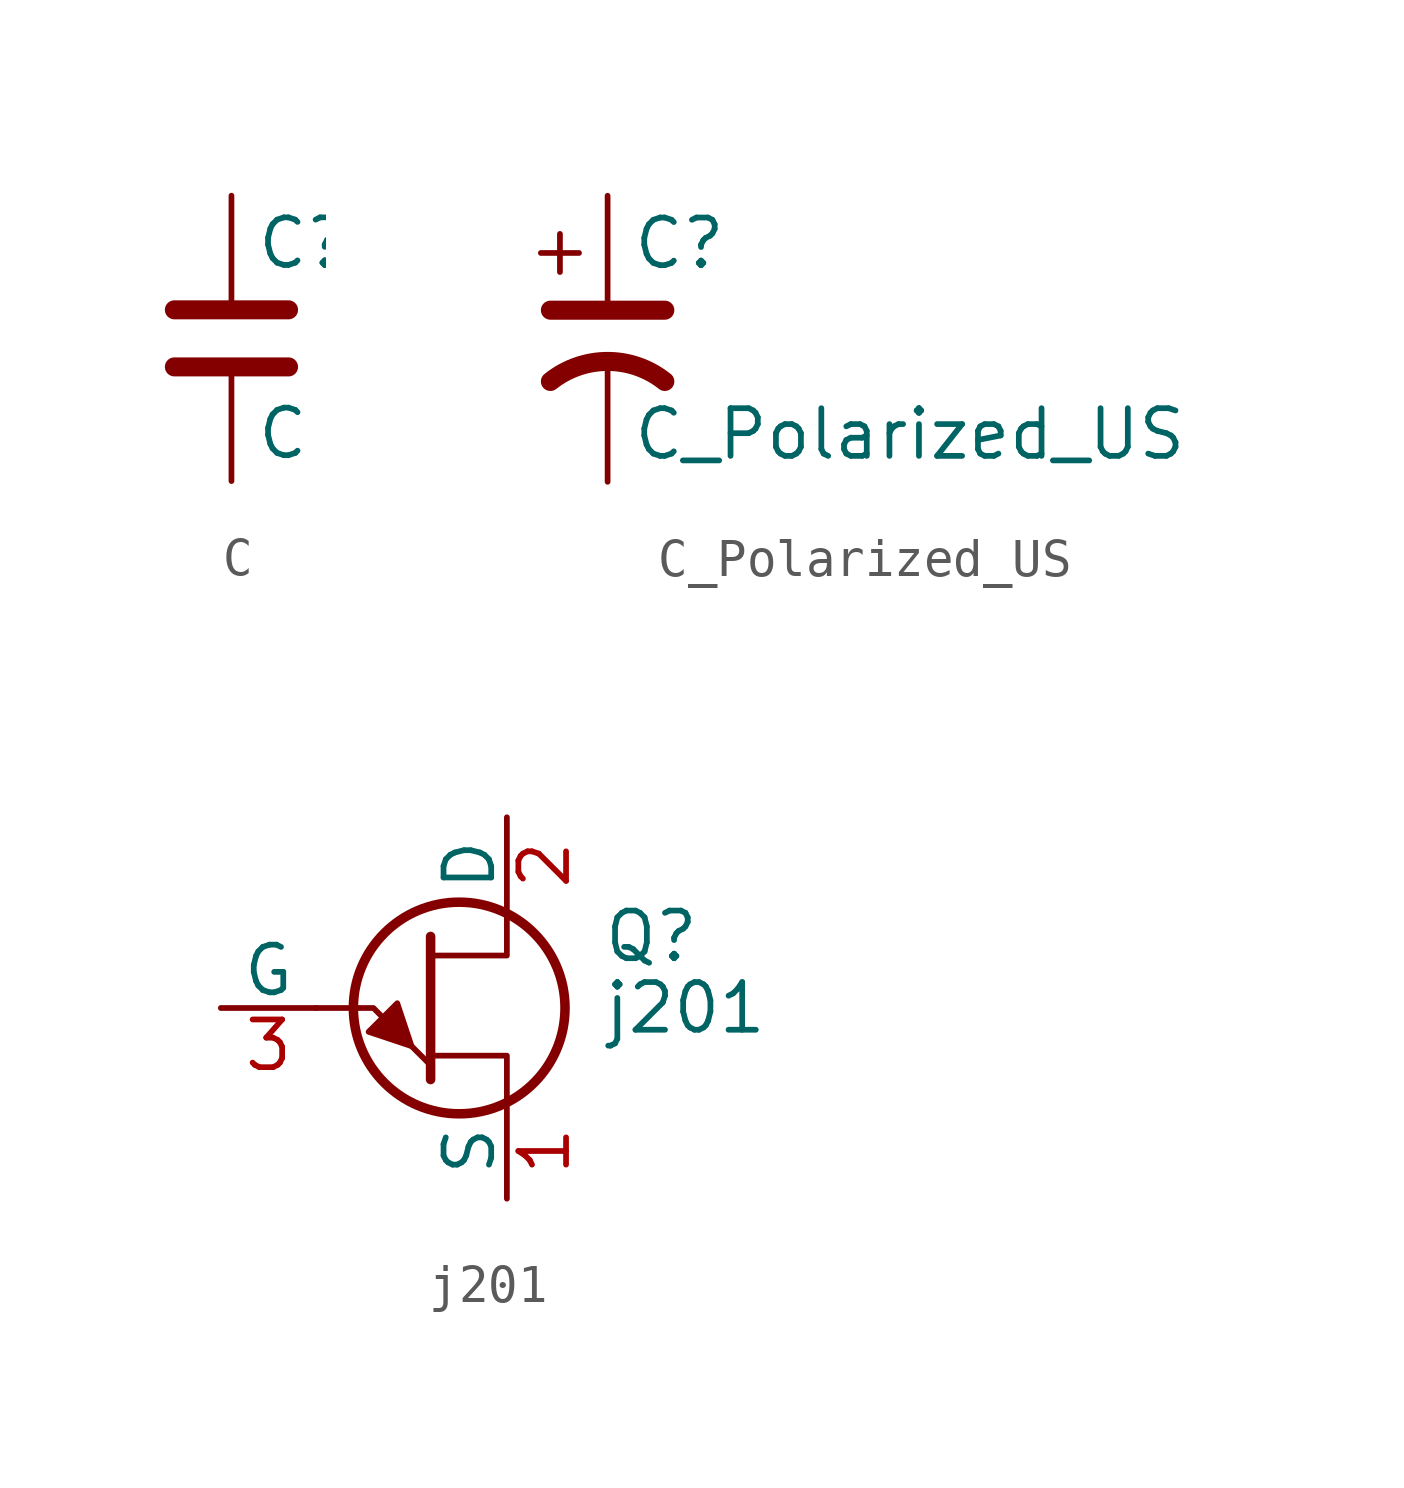
<source format=kicad_sym>
(kicad_symbol_lib
  (version 20220914)
  (generator kicad_symbol_editor)
  (symbol "C"
    (pin_numbers hide)
    (pin_names
      (offset 0.254))
    (property "Reference" "C"
      (at 0.635 2.54 0)
      (effects (font (size 1.27 1.27)) (justify left)))
    (property "Value" "C"
      (at 0.635 -2.54 0)
      (effects (font (size 1.27 1.27)) (justify left)))
    (symbol "C_0_1"
      (polyline (pts (xy -1.524 -0.762) (xy 1.524 -0.762)) (stroke (width 0.508) (type default)) (fill (type none)))
      (polyline (pts (xy -1.524 0.762) (xy 1.524 0.762)) (stroke (width 0.508) (type default)) (fill (type none))))
    (symbol "C_1_1"
      (pin passive line (at 0 3.81 270) (length 2.794) (name "~" (effects (font (size 1.27 1.27)))) (number "1" (effects (font (size 1.27 1.27)))))
      (pin passive line (at 0 -3.81 90) (length 2.794) (name "~" (effects (font (size 1.27 1.27)))) (number "2" (effects (font (size 1.27 1.27)))))))
  (symbol "C_Polarized_US"
    (pin_numbers hide)
    (pin_names
      (offset 0.254) hide)
    (property "Reference" "C"
      (at 0.635 2.54 0)
      (effects (font (size 1.27 1.27)) (justify left)))
    (property "Value" "C_Polarized_US"
      (at 0.635 -2.54 0)
      (effects (font (size 1.27 1.27)) (justify left)))
    (symbol "C_Polarized_US_0_1"
      (polyline (pts (xy -1.778 2.286) (xy -0.762 2.286)) (stroke (width 0) (type default)) (fill (type none)))
      (polyline (pts (xy -1.524 0.762) (xy 1.524 0.762)) (stroke (width 0.508) (type default)) (fill (type none)))
      (polyline (pts (xy -1.27 1.778) (xy -1.27 2.794)) (stroke (width 0) (type default)) (fill (type none)))
      (arc (start 1.524 -1.1368) (mid 0 -0.6036) (end -1.524 -1.1368) (stroke (width 0.508) (type default)) (fill (type none))))
    (symbol "C_Polarized_US_1_1"
      (pin passive line (at 0 3.81 270) (length 2.794) (name "~" (effects (font (size 1.27 1.27)))) (number "1" (effects (font (size 1.27 1.27)))))
      (pin passive line (at 0 -3.81 90) (length 3.302) (name "~" (effects (font (size 1.27 1.27)))) (number "2" (effects (font (size 1.27 1.27)))))))
  (symbol "j201"
    (pin_names
      (offset 0))
    (property "Reference" "Q"
      (at 5.08 1.905 0)
      (effects (font (size 1.27 1.27)) (justify left)))
    (property "Value" "j201"
      (at 5.08 0 0)
      (effects (font (size 1.27 1.27)) (justify left)))
    (symbol "j201_0_1"
      (polyline (pts (xy -2.54 0) (xy -1.016 0) (xy 0.508 -1.524)) (stroke (width 0) (type default)) (fill (type none)))
      (polyline (pts (xy 0.508 1.905) (xy 0.508 -1.905) (xy 0.508 -1.905)) (stroke (width 0.254) (type default)) (fill (type none)))
      (polyline (pts (xy 2.54 -2.54) (xy 2.54 -1.27) (xy 0.508 -1.27)) (stroke (width 0) (type default)) (fill (type none)))
      (polyline (pts (xy 2.54 2.54) (xy 2.54 1.397) (xy 0.508 1.397)) (stroke (width 0) (type default)) (fill (type none)))
      (polyline (pts (xy 0 -1.016) (xy -0.381 0.127) (xy -1.143 -0.635) (xy 0 -1.016)) (stroke (width 0) (type default)) (fill (type outline)))
      (circle (center 1.27 0) (radius 2.819) (stroke (width 0.254) (type default)) (fill (type none))))
    (symbol "j201_1_1"
      (pin passive line (at 2.54 -5.08 90) (length 2.54) (name "S" (effects (font (size 1.27 1.27)))) (number "1" (effects (font (size 1.27 1.27)))))
      (pin passive line (at 2.54 5.08 270) (length 2.54) (name "D" (effects (font (size 1.27 1.27)))) (number "2" (effects (font (size 1.27 1.27)))))
      (pin input line (at -5.08 0 0) (length 2.54) (name "G" (effects (font (size 1.27 1.27)))) (number "3" (effects (font (size 1.27 1.27))))))))
</source>
